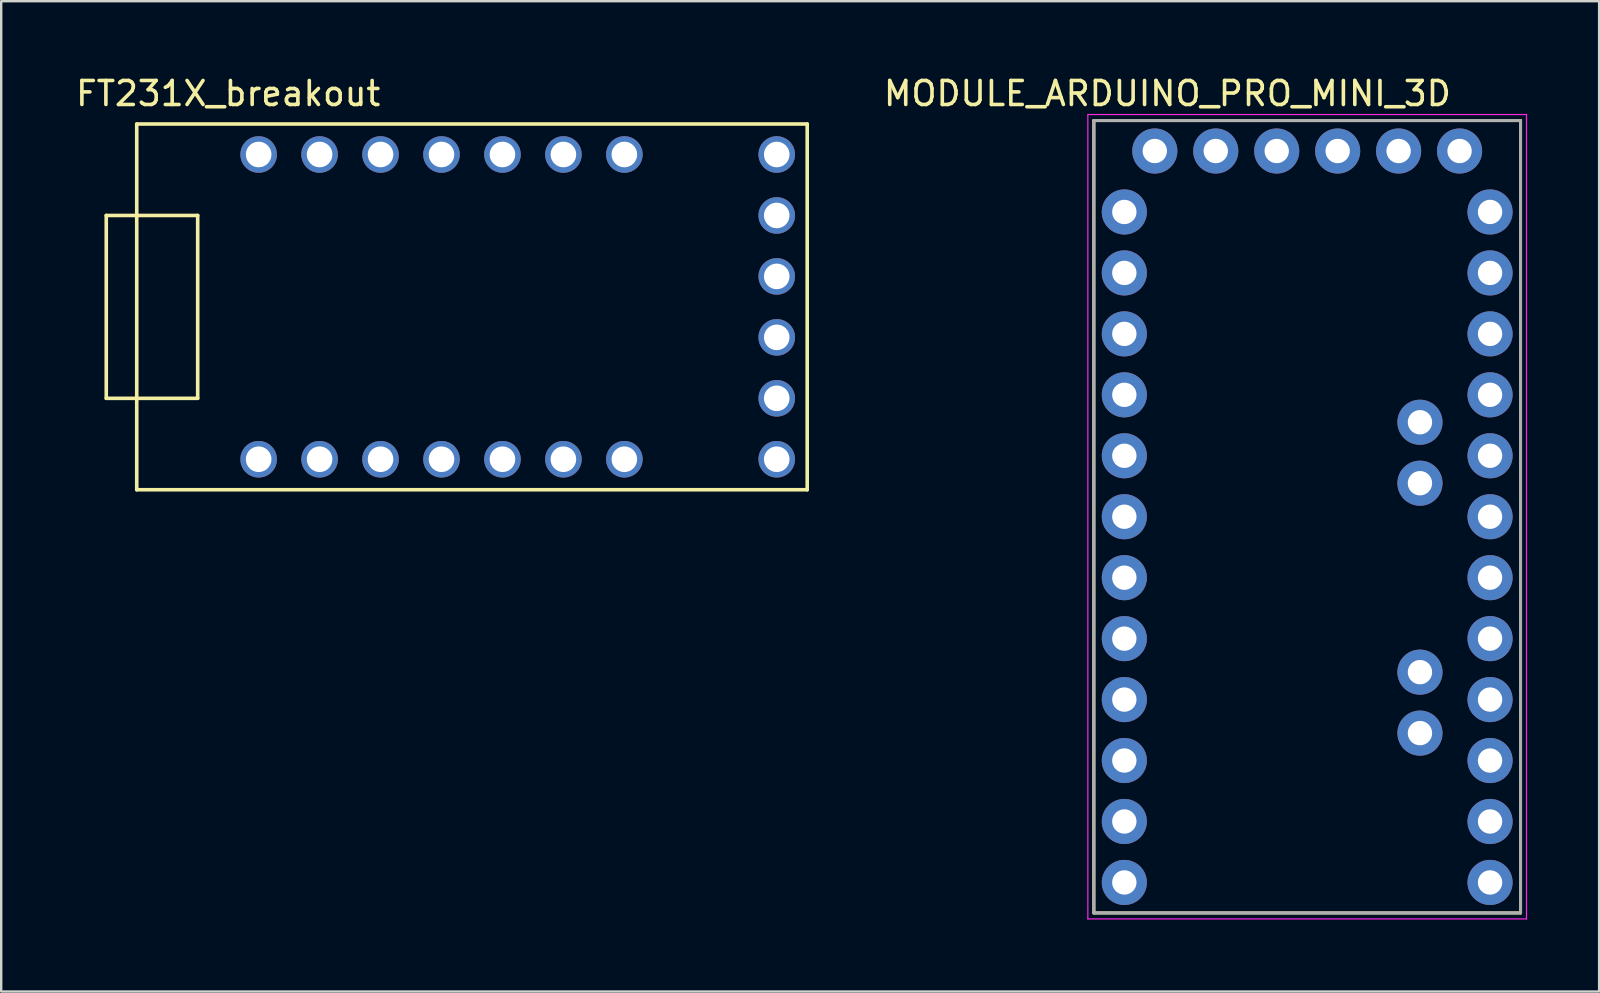
<source format=kicad_pcb>
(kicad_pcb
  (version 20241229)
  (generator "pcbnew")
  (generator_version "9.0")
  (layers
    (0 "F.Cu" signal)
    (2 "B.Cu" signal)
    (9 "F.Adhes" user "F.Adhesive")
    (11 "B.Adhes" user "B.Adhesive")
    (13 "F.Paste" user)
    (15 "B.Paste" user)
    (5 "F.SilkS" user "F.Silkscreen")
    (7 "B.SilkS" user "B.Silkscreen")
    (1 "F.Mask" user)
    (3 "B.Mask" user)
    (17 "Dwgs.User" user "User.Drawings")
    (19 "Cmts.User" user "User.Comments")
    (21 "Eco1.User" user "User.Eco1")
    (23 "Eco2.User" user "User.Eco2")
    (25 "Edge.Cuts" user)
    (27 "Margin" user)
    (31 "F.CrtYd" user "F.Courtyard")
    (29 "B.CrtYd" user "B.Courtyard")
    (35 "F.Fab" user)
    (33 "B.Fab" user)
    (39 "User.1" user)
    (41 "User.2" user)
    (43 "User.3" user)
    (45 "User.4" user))
  (footprint "MODULE_ARDUINO_PRO_MINI_3D"
    (layer "F.Cu")
    (at 51.423 18.483)
    (property "Reference" "MODULE_ARDUINO_PRO_MINI_3D" (at -5.825 -17.635 0) (layer "F.SilkS") (effects (font (size 1 1) (thickness 0.15))))
    (attr through_hole)
    (fp_line (start -8.89 -16.51) (end -8.89 16.51) (stroke (width 0.127) (type solid)) (layer "F.SilkS"))
    (fp_line (start -8.89 16.51) (end 8.89 16.51) (stroke (width 0.127) (type solid)) (layer "F.SilkS"))
    (fp_line (start 8.89 -16.51) (end -8.89 -16.51) (stroke (width 0.127) (type solid)) (layer "F.SilkS"))
    (fp_line (start 8.89 16.51) (end 8.89 -16.51) (stroke (width 0.127) (type solid)) (layer "F.SilkS"))
    (fp_line (start -9.14 -16.76) (end 9.14 -16.76) (stroke (width 0.05) (type solid)) (layer "F.CrtYd"))
    (fp_line (start -9.14 16.76) (end -9.14 -16.76) (stroke (width 0.05) (type solid)) (layer "F.CrtYd"))
    (fp_line (start 9.14 -16.76) (end 9.14 16.76) (stroke (width 0.05) (type solid)) (layer "F.CrtYd"))
    (fp_line (start 9.14 16.76) (end -9.14 16.76) (stroke (width 0.05) (type solid)) (layer "F.CrtYd"))
    (fp_line (start -8.89 -16.51) (end -8.89 16.51) (stroke (width 0.127) (type solid)) (layer "F.Fab"))
    (fp_line (start -8.89 16.51) (end 8.89 16.51) (stroke (width 0.127) (type solid)) (layer "F.Fab"))
    (fp_line (start 8.89 -16.51) (end -8.89 -16.51) (stroke (width 0.127) (type solid)) (layer "F.Fab"))
    (fp_line (start 8.89 16.51) (end 8.89 -16.51) (stroke (width 0.127) (type solid)) (layer "F.Fab"))
    (pad "JP1_1" thru_hole circle (at 6.35 -15.24) (size 1.88 1.88) (drill 1.016) (layers "*.Cu" "*.Mask"))
    (pad "JP1_2" thru_hole circle (at 3.81 -15.24) (size 1.88 1.88) (drill 1.016) (layers "*.Cu" "*.Mask"))
    (pad "JP1_3" thru_hole circle (at 1.27 -15.24) (size 1.88 1.88) (drill 1.016) (layers "*.Cu" "*.Mask"))
    (pad "JP1_4" thru_hole circle (at -1.27 -15.24) (size 1.88 1.88) (drill 1.016) (layers "*.Cu" "*.Mask"))
    (pad "JP1_5" thru_hole circle (at -3.81 -15.24) (size 1.88 1.88) (drill 1.016) (layers "*.Cu" "*.Mask"))
    (pad "JP1_6" thru_hole circle (at -6.35 -15.24) (size 1.88 1.88) (drill 1.016) (layers "*.Cu" "*.Mask"))
    (pad "JP2_1" thru_hole circle (at 4.699 -1.397) (size 1.88 1.88) (drill 1.016) (layers "*.Cu" "*.Mask"))
    (pad "JP2_2" thru_hole circle (at 4.699 -3.937) (size 1.88 1.88) (drill 1.016) (layers "*.Cu" "*.Mask"))
    (pad "JP3_1" thru_hole circle (at 4.699 9.017) (size 1.88 1.88) (drill 1.016) (layers "*.Cu" "*.Mask"))
    (pad "JP3_2" thru_hole circle (at 4.699 6.477) (size 1.88 1.88) (drill 1.016) (layers "*.Cu" "*.Mask"))
    (pad "JP6_1" thru_hole circle (at 7.62 -12.7) (size 1.88 1.88) (drill 1.016) (layers "*.Cu" "*.Mask"))
    (pad "JP6_2" thru_hole circle (at 7.62 -10.16) (size 1.88 1.88) (drill 1.016) (layers "*.Cu" "*.Mask"))
    (pad "JP6_3" thru_hole circle (at 7.62 -7.62) (size 1.88 1.88) (drill 1.016) (layers "*.Cu" "*.Mask"))
    (pad "JP6_4" thru_hole circle (at 7.62 -5.08) (size 1.88 1.88) (drill 1.016) (layers "*.Cu" "*.Mask"))
    (pad "JP6_5" thru_hole circle (at 7.62 -2.54) (size 1.88 1.88) (drill 1.016) (layers "*.Cu" "*.Mask"))
    (pad "JP6_6" thru_hole circle (at 7.62 0) (size 1.88 1.88) (drill 1.016) (layers "*.Cu" "*.Mask"))
    (pad "JP6_7" thru_hole circle (at 7.62 2.54) (size 1.88 1.88) (drill 1.016) (layers "*.Cu" "*.Mask"))
    (pad "JP6_8" thru_hole circle (at 7.62 5.08) (size 1.88 1.88) (drill 1.016) (layers "*.Cu" "*.Mask"))
    (pad "JP6_9" thru_hole circle (at 7.62 7.62) (size 1.88 1.88) (drill 1.016) (layers "*.Cu" "*.Mask"))
    (pad "JP6_10" thru_hole circle (at 7.62 10.16) (size 1.88 1.88) (drill 1.016) (layers "*.Cu" "*.Mask"))
    (pad "JP6_11" thru_hole circle (at 7.62 12.7) (size 1.88 1.88) (drill 1.016) (layers "*.Cu" "*.Mask"))
    (pad "JP6_12" thru_hole circle (at 7.62 15.24) (size 1.88 1.88) (drill 1.016) (layers "*.Cu" "*.Mask"))
    (pad "JP7_1" thru_hole circle (at -7.62 15.24) (size 1.88 1.88) (drill 1.016) (layers "*.Cu" "*.Mask"))
    (pad "JP7_2" thru_hole circle (at -7.62 12.7) (size 1.88 1.88) (drill 1.016) (layers "*.Cu" "*.Mask"))
    (pad "JP7_3" thru_hole circle (at -7.62 10.16) (size 1.88 1.88) (drill 1.016) (layers "*.Cu" "*.Mask"))
    (pad "JP7_4" thru_hole circle (at -7.62 7.62) (size 1.88 1.88) (drill 1.016) (layers "*.Cu" "*.Mask"))
    (pad "JP7_5" thru_hole circle (at -7.62 5.08) (size 1.88 1.88) (drill 1.016) (layers "*.Cu" "*.Mask"))
    (pad "JP7_6" thru_hole circle (at -7.62 2.54) (size 1.88 1.88) (drill 1.016) (layers "*.Cu" "*.Mask"))
    (pad "JP7_7" thru_hole circle (at -7.62 0) (size 1.88 1.88) (drill 1.016) (layers "*.Cu" "*.Mask"))
    (pad "JP7_8" thru_hole circle (at -7.62 -2.54) (size 1.88 1.88) (drill 1.016) (layers "*.Cu" "*.Mask"))
    (pad "JP7_9" thru_hole circle (at -7.62 -5.08) (size 1.88 1.88) (drill 1.016) (layers "*.Cu" "*.Mask"))
    (pad "JP7_10" thru_hole circle (at -7.62 -7.62) (size 1.88 1.88) (drill 1.016) (layers "*.Cu" "*.Mask"))
    (pad "JP7_11" thru_hole circle (at -7.62 -10.16) (size 1.88 1.88) (drill 1.016) (layers "*.Cu" "*.Mask"))
    (pad "JP7_12" thru_hole circle (at -7.62 -12.7) (size 1.88 1.88) (drill 1.016) (layers "*.Cu" "*.Mask")))
  (footprint "FT231X_breakout"
    (layer "F.Cu")
    (at 29.318 16.088)
    (property "Reference" "FT231X_breakout" (at -22.86 -15.24 0) (layer "F.SilkS") (effects (font (size 1 1) (thickness 0.15))))
    (attr through_hole)
    (fp_line (start -27.94 -10.16) (end -24.13 -10.16) (stroke (width 0.15) (type solid)) (layer "F.SilkS"))
    (fp_line (start -27.94 -2.54) (end -27.94 -10.16) (stroke (width 0.15) (type solid)) (layer "F.SilkS"))
    (fp_line (start -26.67 -13.97) (end -26.67 1.27) (stroke (width 0.15) (type solid)) (layer "F.SilkS"))
    (fp_line (start -26.67 1.27) (end 1.27 1.27) (stroke (width 0.15) (type solid)) (layer "F.SilkS"))
    (fp_line (start -24.13 -10.16) (end -24.13 -2.54) (stroke (width 0.15) (type solid)) (layer "F.SilkS"))
    (fp_line (start -24.13 -2.54) (end -27.94 -2.54) (stroke (width 0.15) (type solid)) (layer "F.SilkS"))
    (fp_line (start 1.27 -13.97) (end -26.67 -13.97) (stroke (width 0.15) (type solid)) (layer "F.SilkS"))
    (fp_line (start 1.27 1.27) (end 1.27 -13.97) (stroke (width 0.15) (type solid)) (layer "F.SilkS"))
    (pad "A1" thru_hole circle (at -6.35 -12.7) (size 1.524 1.524) (drill 1.067) (layers "*.Cu" "*.Mask"))
    (pad "A2" thru_hole circle (at -8.89 -12.7) (size 1.524 1.524) (drill 1.067) (layers "*.Cu" "*.Mask"))
    (pad "A3" thru_hole circle (at -11.43 -12.7) (size 1.524 1.524) (drill 1.067) (layers "*.Cu" "*.Mask"))
    (pad "A4" thru_hole circle (at -13.97 -12.7) (size 1.524 1.524) (drill 1.067) (layers "*.Cu" "*.Mask"))
    (pad "A5" thru_hole circle (at -16.51 -12.7) (size 1.524 1.524) (drill 1.067) (layers "*.Cu" "*.Mask"))
    (pad "A6" thru_hole circle (at -19.05 -12.7) (size 1.524 1.524) (drill 1.067) (layers "*.Cu" "*.Mask"))
    (pad "A7" thru_hole circle (at -21.59 -12.7) (size 1.524 1.524) (drill 1.067) (layers "*.Cu" "*.Mask"))
    (pad "B1" thru_hole circle (at -6.35 0) (size 1.524 1.524) (drill 1.067) (layers "*.Cu" "*.Mask"))
    (pad "B2" thru_hole circle (at -8.89 0) (size 1.524 1.524) (drill 1.067) (layers "*.Cu" "*.Mask"))
    (pad "B3" thru_hole circle (at -11.43 0) (size 1.524 1.524) (drill 1.067) (layers "*.Cu" "*.Mask"))
    (pad "B4" thru_hole circle (at -13.97 0) (size 1.524 1.524) (drill 1.067) (layers "*.Cu" "*.Mask"))
    (pad "B5" thru_hole circle (at -16.51 0) (size 1.524 1.524) (drill 1.067) (layers "*.Cu" "*.Mask"))
    (pad "B6" thru_hole circle (at -19.05 0) (size 1.524 1.524) (drill 1.067) (layers "*.Cu" "*.Mask"))
    (pad "B7" thru_hole circle (at -21.59 0) (size 1.524 1.524) (drill 1.067) (layers "*.Cu" "*.Mask"))
    (pad "C1" thru_hole circle (at 0 0) (size 1.524 1.524) (drill 1.067) (layers "*.Cu" "*.Mask"))
    (pad "C2" thru_hole circle (at 0 -2.54) (size 1.524 1.524) (drill 1.067) (layers "*.Cu" "*.Mask"))
    (pad "C3" thru_hole circle (at 0 -5.08) (size 1.524 1.524) (drill 1.067) (layers "*.Cu" "*.Mask"))
    (pad "C4" thru_hole circle (at 0 -7.62) (size 1.524 1.524) (drill 1.067) (layers "*.Cu" "*.Mask"))
    (pad "C5" thru_hole circle (at 0 -10.16) (size 1.524 1.524) (drill 1.067) (layers "*.Cu" "*.Mask"))
    (pad "C6" thru_hole circle (at 0 -12.7) (size 1.524 1.524) (drill 1.067) (layers "*.Cu" "*.Mask")))
  (gr_rect
    (start -3 -3)
    (end 63.588 38.268)
    (stroke (width 0.1) (type default))
    (fill no)
    (layer "Edge.Cuts")))
</source>
